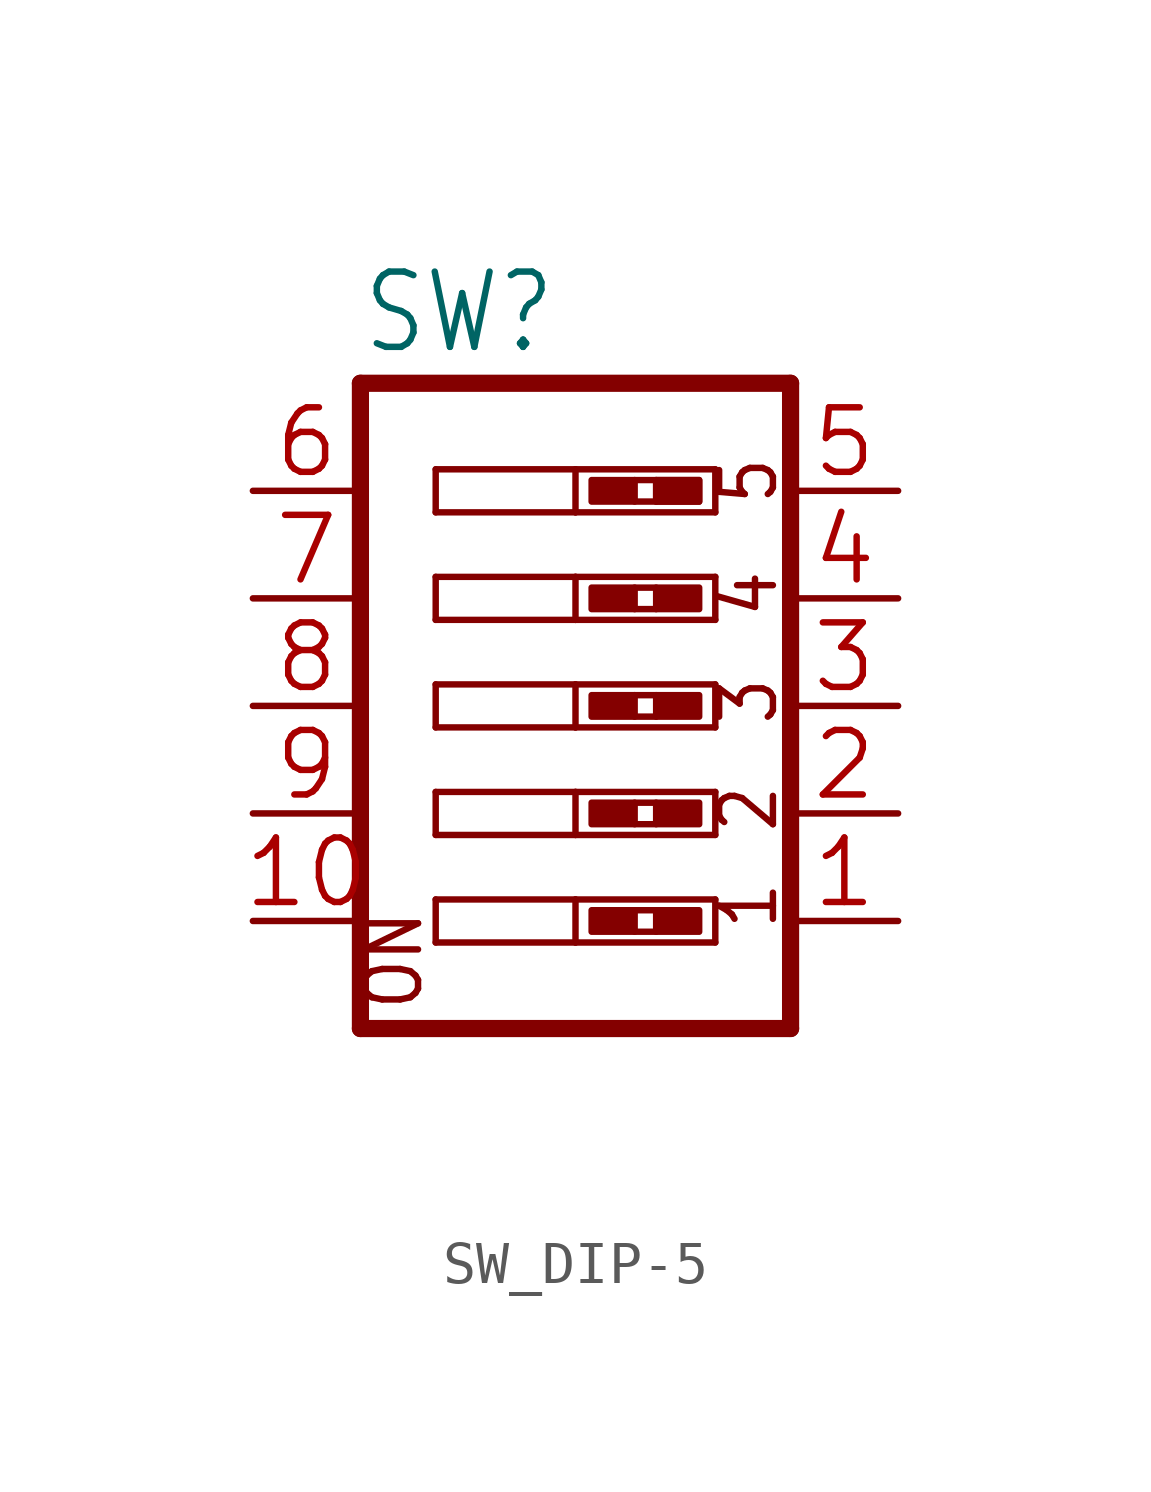
<source format=kicad_sym>
(kicad_symbol_lib
  (version 20241209)
  (generator "kicad_symbol_editor")
  (generator_version "9.0")
  (symbol "SW_DIP-5"
    (property "Reference" "SW"
      (at -5.08 8.255 0)
      (effects (font (size 1.778 1.511)) (justify left bottom)))
    (property "Value" ""
      (at -5.08 -10.16 0)
      (effects (font (size 1.778 1.511)) (justify left bottom)))
    (property "ki_locked" ""
      (at 0 0 0)
      (effects (font (size 1.27 1.27))))
    (symbol "SW_DIP-5_1_0"
      (polyline (pts (xy -5.08 7.62) (xy -5.08 -7.62)) (stroke (width 0.406) (type solid)) (fill (type none)))
      (polyline (pts (xy -5.08 -7.62) (xy 5.08 -7.62)) (stroke (width 0.406) (type solid)) (fill (type none)))
      (polyline (pts (xy -3.302 5.588) (xy 0 5.588)) (stroke (width 0.152) (type solid)) (fill (type none)))
      (polyline (pts (xy -3.302 4.572) (xy -3.302 5.588)) (stroke (width 0.152) (type solid)) (fill (type none)))
      (polyline (pts (xy -3.302 3.048) (xy 0 3.048)) (stroke (width 0.152) (type solid)) (fill (type none)))
      (polyline (pts (xy -3.302 2.032) (xy -3.302 3.048)) (stroke (width 0.152) (type solid)) (fill (type none)))
      (polyline (pts (xy -3.302 0.508) (xy 0 0.508)) (stroke (width 0.152) (type solid)) (fill (type none)))
      (polyline (pts (xy -3.302 -0.508) (xy -3.302 0.508)) (stroke (width 0.152) (type solid)) (fill (type none)))
      (polyline (pts (xy -3.302 -2.032) (xy 0 -2.032)) (stroke (width 0.152) (type solid)) (fill (type none)))
      (polyline (pts (xy -3.302 -3.048) (xy -3.302 -2.032)) (stroke (width 0.152) (type solid)) (fill (type none)))
      (polyline (pts (xy -3.302 -4.572) (xy 0 -4.572)) (stroke (width 0.152) (type solid)) (fill (type none)))
      (polyline (pts (xy -3.302 -5.588) (xy -3.302 -4.572)) (stroke (width 0.152) (type solid)) (fill (type none)))
      (polyline (pts (xy 0 5.588) (xy 0 4.572)) (stroke (width 0.152) (type solid)) (fill (type none)))
      (polyline (pts (xy 0 5.588) (xy 3.302 5.588)) (stroke (width 0.152) (type solid)) (fill (type none)))
      (polyline (pts (xy 0 4.572) (xy -3.302 4.572)) (stroke (width 0.152) (type solid)) (fill (type none)))
      (polyline (pts (xy 0 3.048) (xy 0 2.032)) (stroke (width 0.152) (type solid)) (fill (type none)))
      (polyline (pts (xy 0 3.048) (xy 3.302 3.048)) (stroke (width 0.152) (type solid)) (fill (type none)))
      (polyline (pts (xy 0 2.032) (xy -3.302 2.032)) (stroke (width 0.152) (type solid)) (fill (type none)))
      (polyline (pts (xy 0 0.508) (xy 0 -0.508)) (stroke (width 0.152) (type solid)) (fill (type none)))
      (polyline (pts (xy 0 0.508) (xy 3.302 0.508)) (stroke (width 0.152) (type solid)) (fill (type none)))
      (polyline (pts (xy 0 -0.508) (xy -3.302 -0.508)) (stroke (width 0.152) (type solid)) (fill (type none)))
      (polyline (pts (xy 0 -2.032) (xy 0 -3.048)) (stroke (width 0.152) (type solid)) (fill (type none)))
      (polyline (pts (xy 0 -2.032) (xy 3.302 -2.032)) (stroke (width 0.152) (type solid)) (fill (type none)))
      (polyline (pts (xy 0 -3.048) (xy -3.302 -3.048)) (stroke (width 0.152) (type solid)) (fill (type none)))
      (polyline (pts (xy 0 -4.572) (xy 0 -5.588)) (stroke (width 0.152) (type solid)) (fill (type none)))
      (polyline (pts (xy 0 -4.572) (xy 3.302 -4.572)) (stroke (width 0.152) (type solid)) (fill (type none)))
      (polyline (pts (xy 0 -5.588) (xy -3.302 -5.588)) (stroke (width 0.152) (type solid)) (fill (type none)))
      (rectangle (start 0.381 4.826) (end 1.397 5.334) (stroke (width 0) (type default)) (fill (type outline)))
      (rectangle (start 0.381 2.286) (end 1.397 2.794) (stroke (width 0) (type default)) (fill (type outline)))
      (rectangle (start 0.381 -0.254) (end 1.397 0.254) (stroke (width 0) (type default)) (fill (type outline)))
      (rectangle (start 0.381 -2.794) (end 1.397 -2.286) (stroke (width 0) (type default)) (fill (type outline)))
      (rectangle (start 0.381 -5.334) (end 1.397 -4.826) (stroke (width 0) (type default)) (fill (type outline)))
      (polyline (pts (xy 1.397 5.334) (xy 1.905 5.334)) (stroke (width 0) (type solid)) (fill (type none)))
      (polyline (pts (xy 1.397 4.826) (xy 1.905 4.826)) (stroke (width 0) (type solid)) (fill (type none)))
      (polyline (pts (xy 1.397 2.794) (xy 1.905 2.794)) (stroke (width 0) (type solid)) (fill (type none)))
      (polyline (pts (xy 1.397 2.286) (xy 1.905 2.286)) (stroke (width 0) (type solid)) (fill (type none)))
      (polyline (pts (xy 1.397 0.254) (xy 1.905 0.254)) (stroke (width 0) (type solid)) (fill (type none)))
      (polyline (pts (xy 1.397 -0.254) (xy 1.905 -0.254)) (stroke (width 0) (type solid)) (fill (type none)))
      (polyline (pts (xy 1.397 -2.286) (xy 1.905 -2.286)) (stroke (width 0) (type solid)) (fill (type none)))
      (polyline (pts (xy 1.397 -2.794) (xy 1.905 -2.794)) (stroke (width 0) (type solid)) (fill (type none)))
      (polyline (pts (xy 1.397 -4.826) (xy 1.905 -4.826)) (stroke (width 0) (type solid)) (fill (type none)))
      (polyline (pts (xy 1.397 -5.334) (xy 1.905 -5.334)) (stroke (width 0) (type solid)) (fill (type none)))
      (rectangle (start 1.905 4.826) (end 2.921 5.334) (stroke (width 0) (type default)) (fill (type outline)))
      (rectangle (start 1.905 4.826) (end 2.921 5.334) (stroke (width 0) (type default)) (fill (type outline)))
      (rectangle (start 1.905 2.286) (end 2.921 2.794) (stroke (width 0) (type default)) (fill (type outline)))
      (rectangle (start 1.905 -0.254) (end 2.921 0.254) (stroke (width 0) (type default)) (fill (type outline)))
      (rectangle (start 1.905 -2.794) (end 2.921 -2.286) (stroke (width 0) (type default)) (fill (type outline)))
      (rectangle (start 1.905 -5.334) (end 2.921 -4.826) (stroke (width 0) (type default)) (fill (type outline)))
      (polyline (pts (xy 3.302 5.588) (xy 3.302 4.572)) (stroke (width 0.152) (type solid)) (fill (type none)))
      (polyline (pts (xy 3.302 4.572) (xy 0 4.572)) (stroke (width 0.152) (type solid)) (fill (type none)))
      (polyline (pts (xy 3.302 3.048) (xy 3.302 2.032)) (stroke (width 0.152) (type solid)) (fill (type none)))
      (polyline (pts (xy 3.302 2.032) (xy 0 2.032)) (stroke (width 0.152) (type solid)) (fill (type none)))
      (polyline (pts (xy 3.302 0.508) (xy 3.302 -0.508)) (stroke (width 0.152) (type solid)) (fill (type none)))
      (polyline (pts (xy 3.302 -0.508) (xy 0 -0.508)) (stroke (width 0.152) (type solid)) (fill (type none)))
      (polyline (pts (xy 3.302 -2.032) (xy 3.302 -3.048)) (stroke (width 0.152) (type solid)) (fill (type none)))
      (polyline (pts (xy 3.302 -3.048) (xy 0 -3.048)) (stroke (width 0.152) (type solid)) (fill (type none)))
      (polyline (pts (xy 3.302 -4.572) (xy 3.302 -5.588)) (stroke (width 0.152) (type solid)) (fill (type none)))
      (polyline (pts (xy 3.302 -5.588) (xy 0 -5.588)) (stroke (width 0.152) (type solid)) (fill (type none)))
      (polyline (pts (xy 5.08 7.62) (xy -5.08 7.62)) (stroke (width 0.406) (type solid)) (fill (type none)))
      (polyline (pts (xy 5.08 -7.62) (xy 5.08 7.62)) (stroke (width 0.406) (type solid)) (fill (type none)))
      (text "ON" (at -3.556 -7.239 900) (effects (font (size 1.27 1.079)) (justify left bottom)))
      (text "5" (at 4.826 4.699 900) (effects (font (size 1.27 1.079)) (justify left bottom)))
      (text "4" (at 4.826 2.032 900) (effects (font (size 1.27 1.079)) (justify left bottom)))
      (text "3" (at 4.826 -0.508 900) (effects (font (size 1.27 1.079)) (justify left bottom)))
      (text "2" (at 4.826 -3.048 900) (effects (font (size 1.27 1.079)) (justify left bottom)))
      (text "1" (at 4.826 -5.334 900) (effects (font (size 1.27 1.079)) (justify left bottom)))
      (pin passive line (at -7.62 5.08 0) (length 2.54) (name "6" (effects (font (size 0 0)))) (number "6" (effects (font (size 1.524 1.524)))))
      (pin passive line (at -7.62 2.54 0) (length 2.54) (name "7" (effects (font (size 0 0)))) (number "7" (effects (font (size 1.524 1.524)))))
      (pin passive line (at -7.62 0 0) (length 2.54) (name "8" (effects (font (size 0 0)))) (number "8" (effects (font (size 1.524 1.524)))))
      (pin passive line (at -7.62 -2.54 0) (length 2.54) (name "9" (effects (font (size 0 0)))) (number "9" (effects (font (size 1.524 1.524)))))
      (pin passive line (at -7.62 -5.08 0) (length 2.54) (name "10" (effects (font (size 0 0)))) (number "10" (effects (font (size 1.524 1.524)))))
      (pin passive line (at 7.62 5.08 180) (length 2.54) (name "5" (effects (font (size 0 0)))) (number "5" (effects (font (size 1.524 1.524)))))
      (pin passive line (at 7.62 2.54 180) (length 2.54) (name "4" (effects (font (size 0 0)))) (number "4" (effects (font (size 1.524 1.524)))))
      (pin passive line (at 7.62 0 180) (length 2.54) (name "3" (effects (font (size 0 0)))) (number "3" (effects (font (size 1.524 1.524)))))
      (pin passive line (at 7.62 -2.54 180) (length 2.54) (name "2" (effects (font (size 0 0)))) (number "2" (effects (font (size 1.524 1.524)))))
      (pin passive line (at 7.62 -5.08 180) (length 2.54) (name "1" (effects (font (size 0 0)))) (number "1" (effects (font (size 1.524 1.524))))))))
</source>
